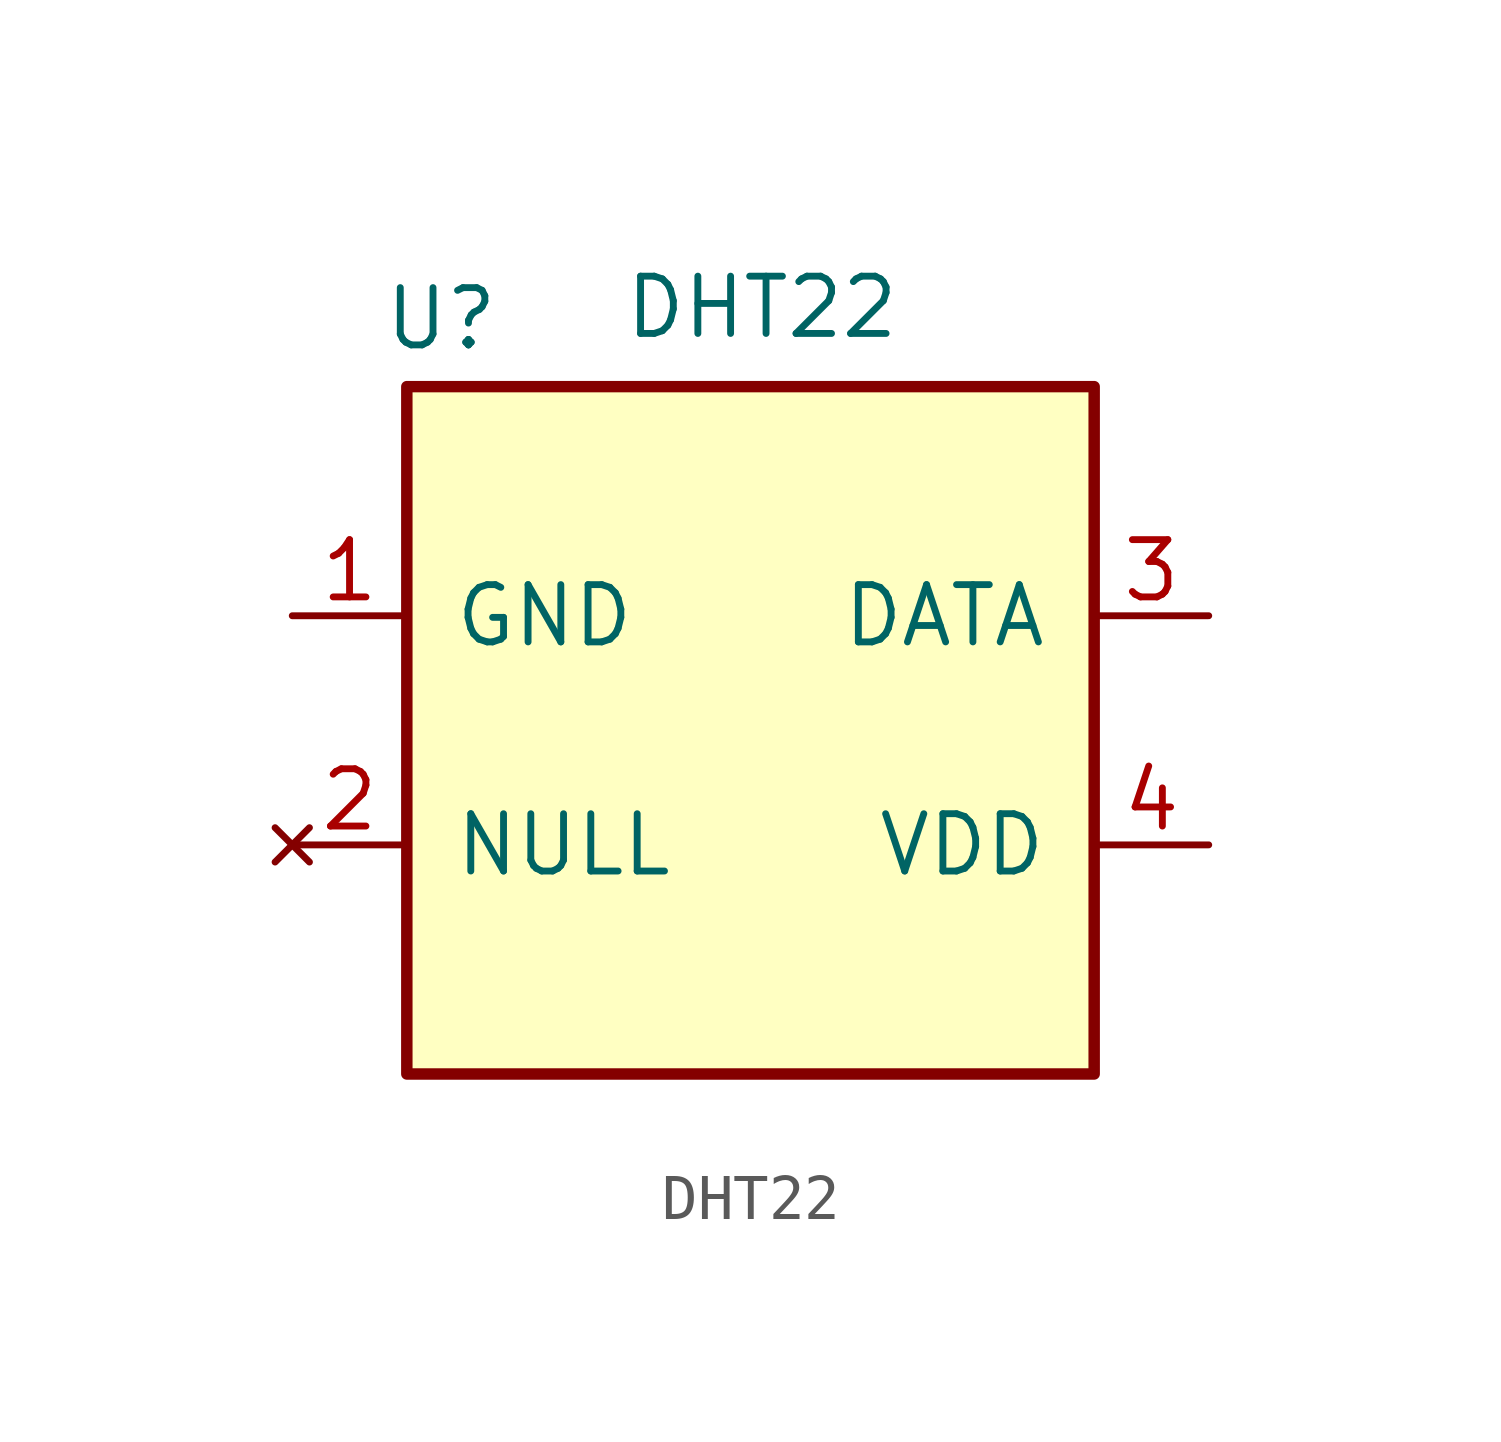
<source format=kicad_sym>
(kicad_symbol_lib
  (version 20241209)
  (generator "kicad_symbol_editor")
  (generator_version "9.0")
  (symbol "DHT22"
    (pin_names
      (offset 1.016))
    (property "Reference" "U"
      (at -5.588 7.112 0)
      (effects (font (size 1.27 1.27)) (justify bottom)))
    (property "Value" "DHT22"
      (at 1.524 7.366 0)
      (effects (font (size 1.27 1.27)) (justify bottom)))
    (symbol "DHT22_0_1"
      (rectangle (start -6.35 6.35) (end 8.89 -8.89) (stroke (width 0.254) (type default)) (fill (type background))))
    (symbol "DHT22_1_1"
      (pin power_in line (at -8.89 1.27 0) (length 2.54) (name "GND" (effects (font (size 1.27 1.27)))) (number "1" (effects (font (size 1.27 1.27)))))
      (pin no_connect line (at -8.89 -3.81 0) (length 2.54) (name "NULL" (effects (font (size 1.27 1.27)))) (number "2" (effects (font (size 1.27 1.27)))))
      (pin output line (at 11.43 1.27 180) (length 2.54) (name "DATA" (effects (font (size 1.27 1.27)))) (number "3" (effects (font (size 1.27 1.27)))))
      (pin power_in line (at 11.43 -3.81 180) (length 2.54) (name "VDD" (effects (font (size 1.27 1.27)))) (number "4" (effects (font (size 1.27 1.27))))))))
</source>
